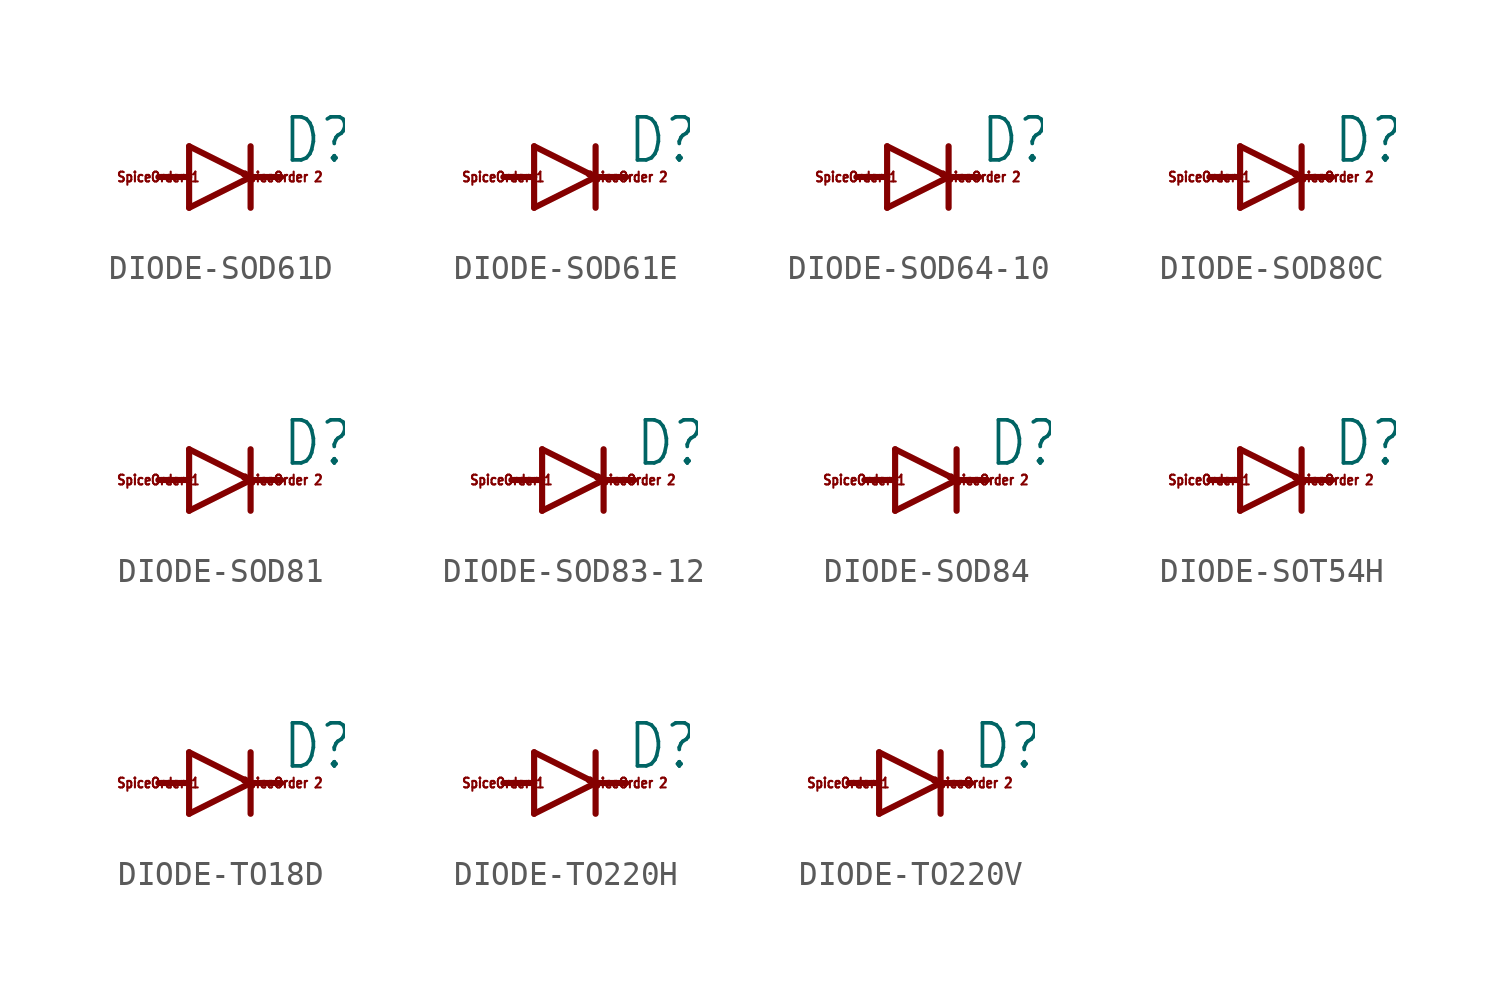
<source format=kicad_sym>
(kicad_symbol_lib
  (version 20220914)
  (generator kicad_symbol_editor)
  (symbol "DIODE-SOD61D"
    (property "Reference" "D"
      (at 2.54 0.483 0)
      (effects (font (size 1.778 1.511)) (justify left bottom)))
    (property "Value" ""
      (at 2.54 -2.311 0)
      (effects (font (size 1.778 1.511)) (justify left bottom)))
    (property "ki_locked" ""
      (at 0 0 0)
      (effects (font (size 1.27 1.27))))
    (symbol "DIODE-SOD61D_1_0"
      (polyline (pts (xy -1.27 -1.27) (xy 1.27 0)) (stroke (width 0.254) (type solid)) (fill (type none)))
      (polyline (pts (xy -1.27 0) (xy -2.54 0)) (stroke (width 0.254) (type solid)) (fill (type none)))
      (polyline (pts (xy -1.27 0) (xy -1.27 -1.27)) (stroke (width 0.254) (type solid)) (fill (type none)))
      (polyline (pts (xy -1.27 1.27) (xy -1.27 0)) (stroke (width 0.254) (type solid)) (fill (type none)))
      (polyline (pts (xy 1.27 0) (xy -1.27 1.27)) (stroke (width 0.254) (type solid)) (fill (type none)))
      (polyline (pts (xy 1.27 0) (xy 1.27 -1.27)) (stroke (width 0.254) (type solid)) (fill (type none)))
      (polyline (pts (xy 1.27 1.27) (xy 1.27 0)) (stroke (width 0.254) (type solid)) (fill (type none)))
      (polyline (pts (xy 2.54 0) (xy 1.27 0)) (stroke (width 0.254) (type solid)) (fill (type none)))
      (text "SpiceOrder 1" (at -2.54 0 0) (effects (font (size 0.406 0.345))))
      (text "SpiceOrder 2" (at 2.54 0 0) (effects (font (size 0.406 0.345))))
      (pin passive line (at -2.54 0 0) (length 0) (name "A" (effects (font (size 0 0)))) (number "A" (effects (font (size 0 0)))))
      (pin passive line (at 2.54 0 180) (length 0) (name "C" (effects (font (size 0 0)))) (number "C" (effects (font (size 0 0)))))))
  (symbol "DIODE-SOD61E"
    (property "Reference" "D"
      (at 2.54 0.483 0)
      (effects (font (size 1.778 1.511)) (justify left bottom)))
    (property "Value" ""
      (at 2.54 -2.311 0)
      (effects (font (size 1.778 1.511)) (justify left bottom)))
    (property "ki_locked" ""
      (at 0 0 0)
      (effects (font (size 1.27 1.27))))
    (symbol "DIODE-SOD61E_1_0"
      (polyline (pts (xy -1.27 -1.27) (xy 1.27 0)) (stroke (width 0.254) (type solid)) (fill (type none)))
      (polyline (pts (xy -1.27 0) (xy -2.54 0)) (stroke (width 0.254) (type solid)) (fill (type none)))
      (polyline (pts (xy -1.27 0) (xy -1.27 -1.27)) (stroke (width 0.254) (type solid)) (fill (type none)))
      (polyline (pts (xy -1.27 1.27) (xy -1.27 0)) (stroke (width 0.254) (type solid)) (fill (type none)))
      (polyline (pts (xy 1.27 0) (xy -1.27 1.27)) (stroke (width 0.254) (type solid)) (fill (type none)))
      (polyline (pts (xy 1.27 0) (xy 1.27 -1.27)) (stroke (width 0.254) (type solid)) (fill (type none)))
      (polyline (pts (xy 1.27 1.27) (xy 1.27 0)) (stroke (width 0.254) (type solid)) (fill (type none)))
      (polyline (pts (xy 2.54 0) (xy 1.27 0)) (stroke (width 0.254) (type solid)) (fill (type none)))
      (text "SpiceOrder 1" (at -2.54 0 0) (effects (font (size 0.406 0.345))))
      (text "SpiceOrder 2" (at 2.54 0 0) (effects (font (size 0.406 0.345))))
      (pin passive line (at -2.54 0 0) (length 0) (name "A" (effects (font (size 0 0)))) (number "A" (effects (font (size 0 0)))))
      (pin passive line (at 2.54 0 180) (length 0) (name "C" (effects (font (size 0 0)))) (number "C" (effects (font (size 0 0)))))))
  (symbol "DIODE-SOD64-10"
    (property "Reference" "D"
      (at 2.54 0.483 0)
      (effects (font (size 1.778 1.511)) (justify left bottom)))
    (property "Value" ""
      (at 2.54 -2.311 0)
      (effects (font (size 1.778 1.511)) (justify left bottom)))
    (property "ki_locked" ""
      (at 0 0 0)
      (effects (font (size 1.27 1.27))))
    (symbol "DIODE-SOD64-10_1_0"
      (polyline (pts (xy -1.27 -1.27) (xy 1.27 0)) (stroke (width 0.254) (type solid)) (fill (type none)))
      (polyline (pts (xy -1.27 0) (xy -2.54 0)) (stroke (width 0.254) (type solid)) (fill (type none)))
      (polyline (pts (xy -1.27 0) (xy -1.27 -1.27)) (stroke (width 0.254) (type solid)) (fill (type none)))
      (polyline (pts (xy -1.27 1.27) (xy -1.27 0)) (stroke (width 0.254) (type solid)) (fill (type none)))
      (polyline (pts (xy 1.27 0) (xy -1.27 1.27)) (stroke (width 0.254) (type solid)) (fill (type none)))
      (polyline (pts (xy 1.27 0) (xy 1.27 -1.27)) (stroke (width 0.254) (type solid)) (fill (type none)))
      (polyline (pts (xy 1.27 1.27) (xy 1.27 0)) (stroke (width 0.254) (type solid)) (fill (type none)))
      (polyline (pts (xy 2.54 0) (xy 1.27 0)) (stroke (width 0.254) (type solid)) (fill (type none)))
      (text "SpiceOrder 1" (at -2.54 0 0) (effects (font (size 0.406 0.345))))
      (text "SpiceOrder 2" (at 2.54 0 0) (effects (font (size 0.406 0.345))))
      (pin passive line (at -2.54 0 0) (length 0) (name "A" (effects (font (size 0 0)))) (number "A" (effects (font (size 0 0)))))
      (pin passive line (at 2.54 0 180) (length 0) (name "C" (effects (font (size 0 0)))) (number "C" (effects (font (size 0 0)))))))
  (symbol "DIODE-SOD80C"
    (property "Reference" "D"
      (at 2.54 0.483 0)
      (effects (font (size 1.778 1.511)) (justify left bottom)))
    (property "Value" ""
      (at 2.54 -2.311 0)
      (effects (font (size 1.778 1.511)) (justify left bottom)))
    (property "ki_locked" ""
      (at 0 0 0)
      (effects (font (size 1.27 1.27))))
    (symbol "DIODE-SOD80C_1_0"
      (polyline (pts (xy -1.27 -1.27) (xy 1.27 0)) (stroke (width 0.254) (type solid)) (fill (type none)))
      (polyline (pts (xy -1.27 0) (xy -2.54 0)) (stroke (width 0.254) (type solid)) (fill (type none)))
      (polyline (pts (xy -1.27 0) (xy -1.27 -1.27)) (stroke (width 0.254) (type solid)) (fill (type none)))
      (polyline (pts (xy -1.27 1.27) (xy -1.27 0)) (stroke (width 0.254) (type solid)) (fill (type none)))
      (polyline (pts (xy 1.27 0) (xy -1.27 1.27)) (stroke (width 0.254) (type solid)) (fill (type none)))
      (polyline (pts (xy 1.27 0) (xy 1.27 -1.27)) (stroke (width 0.254) (type solid)) (fill (type none)))
      (polyline (pts (xy 1.27 1.27) (xy 1.27 0)) (stroke (width 0.254) (type solid)) (fill (type none)))
      (polyline (pts (xy 2.54 0) (xy 1.27 0)) (stroke (width 0.254) (type solid)) (fill (type none)))
      (text "SpiceOrder 1" (at -2.54 0 0) (effects (font (size 0.406 0.345))))
      (text "SpiceOrder 2" (at 2.54 0 0) (effects (font (size 0.406 0.345))))
      (pin passive line (at -2.54 0 0) (length 0) (name "A" (effects (font (size 0 0)))) (number "A" (effects (font (size 0 0)))))
      (pin passive line (at 2.54 0 180) (length 0) (name "C" (effects (font (size 0 0)))) (number "C" (effects (font (size 0 0)))))))
  (symbol "DIODE-SOD81"
    (property "Reference" "D"
      (at 2.54 0.483 0)
      (effects (font (size 1.778 1.511)) (justify left bottom)))
    (property "Value" ""
      (at 2.54 -2.311 0)
      (effects (font (size 1.778 1.511)) (justify left bottom)))
    (property "ki_locked" ""
      (at 0 0 0)
      (effects (font (size 1.27 1.27))))
    (symbol "DIODE-SOD81_1_0"
      (polyline (pts (xy -1.27 -1.27) (xy 1.27 0)) (stroke (width 0.254) (type solid)) (fill (type none)))
      (polyline (pts (xy -1.27 0) (xy -2.54 0)) (stroke (width 0.254) (type solid)) (fill (type none)))
      (polyline (pts (xy -1.27 0) (xy -1.27 -1.27)) (stroke (width 0.254) (type solid)) (fill (type none)))
      (polyline (pts (xy -1.27 1.27) (xy -1.27 0)) (stroke (width 0.254) (type solid)) (fill (type none)))
      (polyline (pts (xy 1.27 0) (xy -1.27 1.27)) (stroke (width 0.254) (type solid)) (fill (type none)))
      (polyline (pts (xy 1.27 0) (xy 1.27 -1.27)) (stroke (width 0.254) (type solid)) (fill (type none)))
      (polyline (pts (xy 1.27 1.27) (xy 1.27 0)) (stroke (width 0.254) (type solid)) (fill (type none)))
      (polyline (pts (xy 2.54 0) (xy 1.27 0)) (stroke (width 0.254) (type solid)) (fill (type none)))
      (text "SpiceOrder 1" (at -2.54 0 0) (effects (font (size 0.406 0.345))))
      (text "SpiceOrder 2" (at 2.54 0 0) (effects (font (size 0.406 0.345))))
      (pin passive line (at -2.54 0 0) (length 0) (name "A" (effects (font (size 0 0)))) (number "A" (effects (font (size 0 0)))))
      (pin passive line (at 2.54 0 180) (length 0) (name "C" (effects (font (size 0 0)))) (number "C" (effects (font (size 0 0)))))))
  (symbol "DIODE-SOD83-12"
    (property "Reference" "D"
      (at 2.54 0.483 0)
      (effects (font (size 1.778 1.511)) (justify left bottom)))
    (property "Value" ""
      (at 2.54 -2.311 0)
      (effects (font (size 1.778 1.511)) (justify left bottom)))
    (property "ki_locked" ""
      (at 0 0 0)
      (effects (font (size 1.27 1.27))))
    (symbol "DIODE-SOD83-12_1_0"
      (polyline (pts (xy -1.27 -1.27) (xy 1.27 0)) (stroke (width 0.254) (type solid)) (fill (type none)))
      (polyline (pts (xy -1.27 0) (xy -2.54 0)) (stroke (width 0.254) (type solid)) (fill (type none)))
      (polyline (pts (xy -1.27 0) (xy -1.27 -1.27)) (stroke (width 0.254) (type solid)) (fill (type none)))
      (polyline (pts (xy -1.27 1.27) (xy -1.27 0)) (stroke (width 0.254) (type solid)) (fill (type none)))
      (polyline (pts (xy 1.27 0) (xy -1.27 1.27)) (stroke (width 0.254) (type solid)) (fill (type none)))
      (polyline (pts (xy 1.27 0) (xy 1.27 -1.27)) (stroke (width 0.254) (type solid)) (fill (type none)))
      (polyline (pts (xy 1.27 1.27) (xy 1.27 0)) (stroke (width 0.254) (type solid)) (fill (type none)))
      (polyline (pts (xy 2.54 0) (xy 1.27 0)) (stroke (width 0.254) (type solid)) (fill (type none)))
      (text "SpiceOrder 1" (at -2.54 0 0) (effects (font (size 0.406 0.345))))
      (text "SpiceOrder 2" (at 2.54 0 0) (effects (font (size 0.406 0.345))))
      (pin passive line (at -2.54 0 0) (length 0) (name "A" (effects (font (size 0 0)))) (number "A" (effects (font (size 0 0)))))
      (pin passive line (at 2.54 0 180) (length 0) (name "C" (effects (font (size 0 0)))) (number "C" (effects (font (size 0 0)))))))
  (symbol "DIODE-SOD84"
    (property "Reference" "D"
      (at 2.54 0.483 0)
      (effects (font (size 1.778 1.511)) (justify left bottom)))
    (property "Value" ""
      (at 2.54 -2.311 0)
      (effects (font (size 1.778 1.511)) (justify left bottom)))
    (property "ki_locked" ""
      (at 0 0 0)
      (effects (font (size 1.27 1.27))))
    (symbol "DIODE-SOD84_1_0"
      (polyline (pts (xy -1.27 -1.27) (xy 1.27 0)) (stroke (width 0.254) (type solid)) (fill (type none)))
      (polyline (pts (xy -1.27 0) (xy -2.54 0)) (stroke (width 0.254) (type solid)) (fill (type none)))
      (polyline (pts (xy -1.27 0) (xy -1.27 -1.27)) (stroke (width 0.254) (type solid)) (fill (type none)))
      (polyline (pts (xy -1.27 1.27) (xy -1.27 0)) (stroke (width 0.254) (type solid)) (fill (type none)))
      (polyline (pts (xy 1.27 0) (xy -1.27 1.27)) (stroke (width 0.254) (type solid)) (fill (type none)))
      (polyline (pts (xy 1.27 0) (xy 1.27 -1.27)) (stroke (width 0.254) (type solid)) (fill (type none)))
      (polyline (pts (xy 1.27 1.27) (xy 1.27 0)) (stroke (width 0.254) (type solid)) (fill (type none)))
      (polyline (pts (xy 2.54 0) (xy 1.27 0)) (stroke (width 0.254) (type solid)) (fill (type none)))
      (text "SpiceOrder 1" (at -2.54 0 0) (effects (font (size 0.406 0.345))))
      (text "SpiceOrder 2" (at 2.54 0 0) (effects (font (size 0.406 0.345))))
      (pin passive line (at -2.54 0 0) (length 0) (name "A" (effects (font (size 0 0)))) (number "A" (effects (font (size 0 0)))))
      (pin passive line (at 2.54 0 180) (length 0) (name "C" (effects (font (size 0 0)))) (number "C" (effects (font (size 0 0)))))))
  (symbol "DIODE-SOT54H"
    (property "Reference" "D"
      (at 2.54 0.483 0)
      (effects (font (size 1.778 1.511)) (justify left bottom)))
    (property "Value" ""
      (at 2.54 -2.311 0)
      (effects (font (size 1.778 1.511)) (justify left bottom)))
    (property "ki_locked" ""
      (at 0 0 0)
      (effects (font (size 1.27 1.27))))
    (symbol "DIODE-SOT54H_1_0"
      (polyline (pts (xy -1.27 -1.27) (xy 1.27 0)) (stroke (width 0.254) (type solid)) (fill (type none)))
      (polyline (pts (xy -1.27 0) (xy -2.54 0)) (stroke (width 0.254) (type solid)) (fill (type none)))
      (polyline (pts (xy -1.27 0) (xy -1.27 -1.27)) (stroke (width 0.254) (type solid)) (fill (type none)))
      (polyline (pts (xy -1.27 1.27) (xy -1.27 0)) (stroke (width 0.254) (type solid)) (fill (type none)))
      (polyline (pts (xy 1.27 0) (xy -1.27 1.27)) (stroke (width 0.254) (type solid)) (fill (type none)))
      (polyline (pts (xy 1.27 0) (xy 1.27 -1.27)) (stroke (width 0.254) (type solid)) (fill (type none)))
      (polyline (pts (xy 1.27 1.27) (xy 1.27 0)) (stroke (width 0.254) (type solid)) (fill (type none)))
      (polyline (pts (xy 2.54 0) (xy 1.27 0)) (stroke (width 0.254) (type solid)) (fill (type none)))
      (text "SpiceOrder 1" (at -2.54 0 0) (effects (font (size 0.406 0.345))))
      (text "SpiceOrder 2" (at 2.54 0 0) (effects (font (size 0.406 0.345))))
      (pin passive line (at -2.54 0 0) (length 0) (name "A" (effects (font (size 0 0)))) (number "A" (effects (font (size 0 0)))))
      (pin passive line (at 2.54 0 180) (length 0) (name "C" (effects (font (size 0 0)))) (number "C" (effects (font (size 0 0)))))))
  (symbol "DIODE-TO18D"
    (property "Reference" "D"
      (at 2.54 0.483 0)
      (effects (font (size 1.778 1.511)) (justify left bottom)))
    (property "Value" ""
      (at 2.54 -2.311 0)
      (effects (font (size 1.778 1.511)) (justify left bottom)))
    (property "ki_locked" ""
      (at 0 0 0)
      (effects (font (size 1.27 1.27))))
    (symbol "DIODE-TO18D_1_0"
      (polyline (pts (xy -1.27 -1.27) (xy 1.27 0)) (stroke (width 0.254) (type solid)) (fill (type none)))
      (polyline (pts (xy -1.27 0) (xy -2.54 0)) (stroke (width 0.254) (type solid)) (fill (type none)))
      (polyline (pts (xy -1.27 0) (xy -1.27 -1.27)) (stroke (width 0.254) (type solid)) (fill (type none)))
      (polyline (pts (xy -1.27 1.27) (xy -1.27 0)) (stroke (width 0.254) (type solid)) (fill (type none)))
      (polyline (pts (xy 1.27 0) (xy -1.27 1.27)) (stroke (width 0.254) (type solid)) (fill (type none)))
      (polyline (pts (xy 1.27 0) (xy 1.27 -1.27)) (stroke (width 0.254) (type solid)) (fill (type none)))
      (polyline (pts (xy 1.27 1.27) (xy 1.27 0)) (stroke (width 0.254) (type solid)) (fill (type none)))
      (polyline (pts (xy 2.54 0) (xy 1.27 0)) (stroke (width 0.254) (type solid)) (fill (type none)))
      (text "SpiceOrder 1" (at -2.54 0 0) (effects (font (size 0.406 0.345))))
      (text "SpiceOrder 2" (at 2.54 0 0) (effects (font (size 0.406 0.345))))
      (pin passive line (at -2.54 0 0) (length 0) (name "A" (effects (font (size 0 0)))) (number "A" (effects (font (size 0 0)))))
      (pin passive line (at 2.54 0 180) (length 0) (name "C" (effects (font (size 0 0)))) (number "C" (effects (font (size 0 0)))))))
  (symbol "DIODE-TO220H"
    (property "Reference" "D"
      (at 2.54 0.483 0)
      (effects (font (size 1.778 1.511)) (justify left bottom)))
    (property "Value" ""
      (at 2.54 -2.311 0)
      (effects (font (size 1.778 1.511)) (justify left bottom)))
    (property "ki_locked" ""
      (at 0 0 0)
      (effects (font (size 1.27 1.27))))
    (symbol "DIODE-TO220H_1_0"
      (polyline (pts (xy -1.27 -1.27) (xy 1.27 0)) (stroke (width 0.254) (type solid)) (fill (type none)))
      (polyline (pts (xy -1.27 0) (xy -2.54 0)) (stroke (width 0.254) (type solid)) (fill (type none)))
      (polyline (pts (xy -1.27 0) (xy -1.27 -1.27)) (stroke (width 0.254) (type solid)) (fill (type none)))
      (polyline (pts (xy -1.27 1.27) (xy -1.27 0)) (stroke (width 0.254) (type solid)) (fill (type none)))
      (polyline (pts (xy 1.27 0) (xy -1.27 1.27)) (stroke (width 0.254) (type solid)) (fill (type none)))
      (polyline (pts (xy 1.27 0) (xy 1.27 -1.27)) (stroke (width 0.254) (type solid)) (fill (type none)))
      (polyline (pts (xy 1.27 1.27) (xy 1.27 0)) (stroke (width 0.254) (type solid)) (fill (type none)))
      (polyline (pts (xy 2.54 0) (xy 1.27 0)) (stroke (width 0.254) (type solid)) (fill (type none)))
      (text "SpiceOrder 1" (at -2.54 0 0) (effects (font (size 0.406 0.345))))
      (text "SpiceOrder 2" (at 2.54 0 0) (effects (font (size 0.406 0.345))))
      (pin passive line (at -2.54 0 0) (length 0) (name "A" (effects (font (size 0 0)))) (number "A" (effects (font (size 0 0)))))
      (pin passive line (at 2.54 0 180) (length 0) (name "C" (effects (font (size 0 0)))) (number "C" (effects (font (size 0 0)))))))
  (symbol "DIODE-TO220V"
    (property "Reference" "D"
      (at 2.54 0.483 0)
      (effects (font (size 1.778 1.511)) (justify left bottom)))
    (property "Value" ""
      (at 2.54 -2.311 0)
      (effects (font (size 1.778 1.511)) (justify left bottom)))
    (property "ki_locked" ""
      (at 0 0 0)
      (effects (font (size 1.27 1.27))))
    (symbol "DIODE-TO220V_1_0"
      (polyline (pts (xy -1.27 -1.27) (xy 1.27 0)) (stroke (width 0.254) (type solid)) (fill (type none)))
      (polyline (pts (xy -1.27 0) (xy -2.54 0)) (stroke (width 0.254) (type solid)) (fill (type none)))
      (polyline (pts (xy -1.27 0) (xy -1.27 -1.27)) (stroke (width 0.254) (type solid)) (fill (type none)))
      (polyline (pts (xy -1.27 1.27) (xy -1.27 0)) (stroke (width 0.254) (type solid)) (fill (type none)))
      (polyline (pts (xy 1.27 0) (xy -1.27 1.27)) (stroke (width 0.254) (type solid)) (fill (type none)))
      (polyline (pts (xy 1.27 0) (xy 1.27 -1.27)) (stroke (width 0.254) (type solid)) (fill (type none)))
      (polyline (pts (xy 1.27 1.27) (xy 1.27 0)) (stroke (width 0.254) (type solid)) (fill (type none)))
      (polyline (pts (xy 2.54 0) (xy 1.27 0)) (stroke (width 0.254) (type solid)) (fill (type none)))
      (text "SpiceOrder 1" (at -2.54 0 0) (effects (font (size 0.406 0.345))))
      (text "SpiceOrder 2" (at 2.54 0 0) (effects (font (size 0.406 0.345))))
      (pin passive line (at -2.54 0 0) (length 0) (name "A" (effects (font (size 0 0)))) (number "A" (effects (font (size 0 0)))))
      (pin passive line (at 2.54 0 180) (length 0) (name "C" (effects (font (size 0 0)))) (number "C" (effects (font (size 0 0))))))))
</source>
